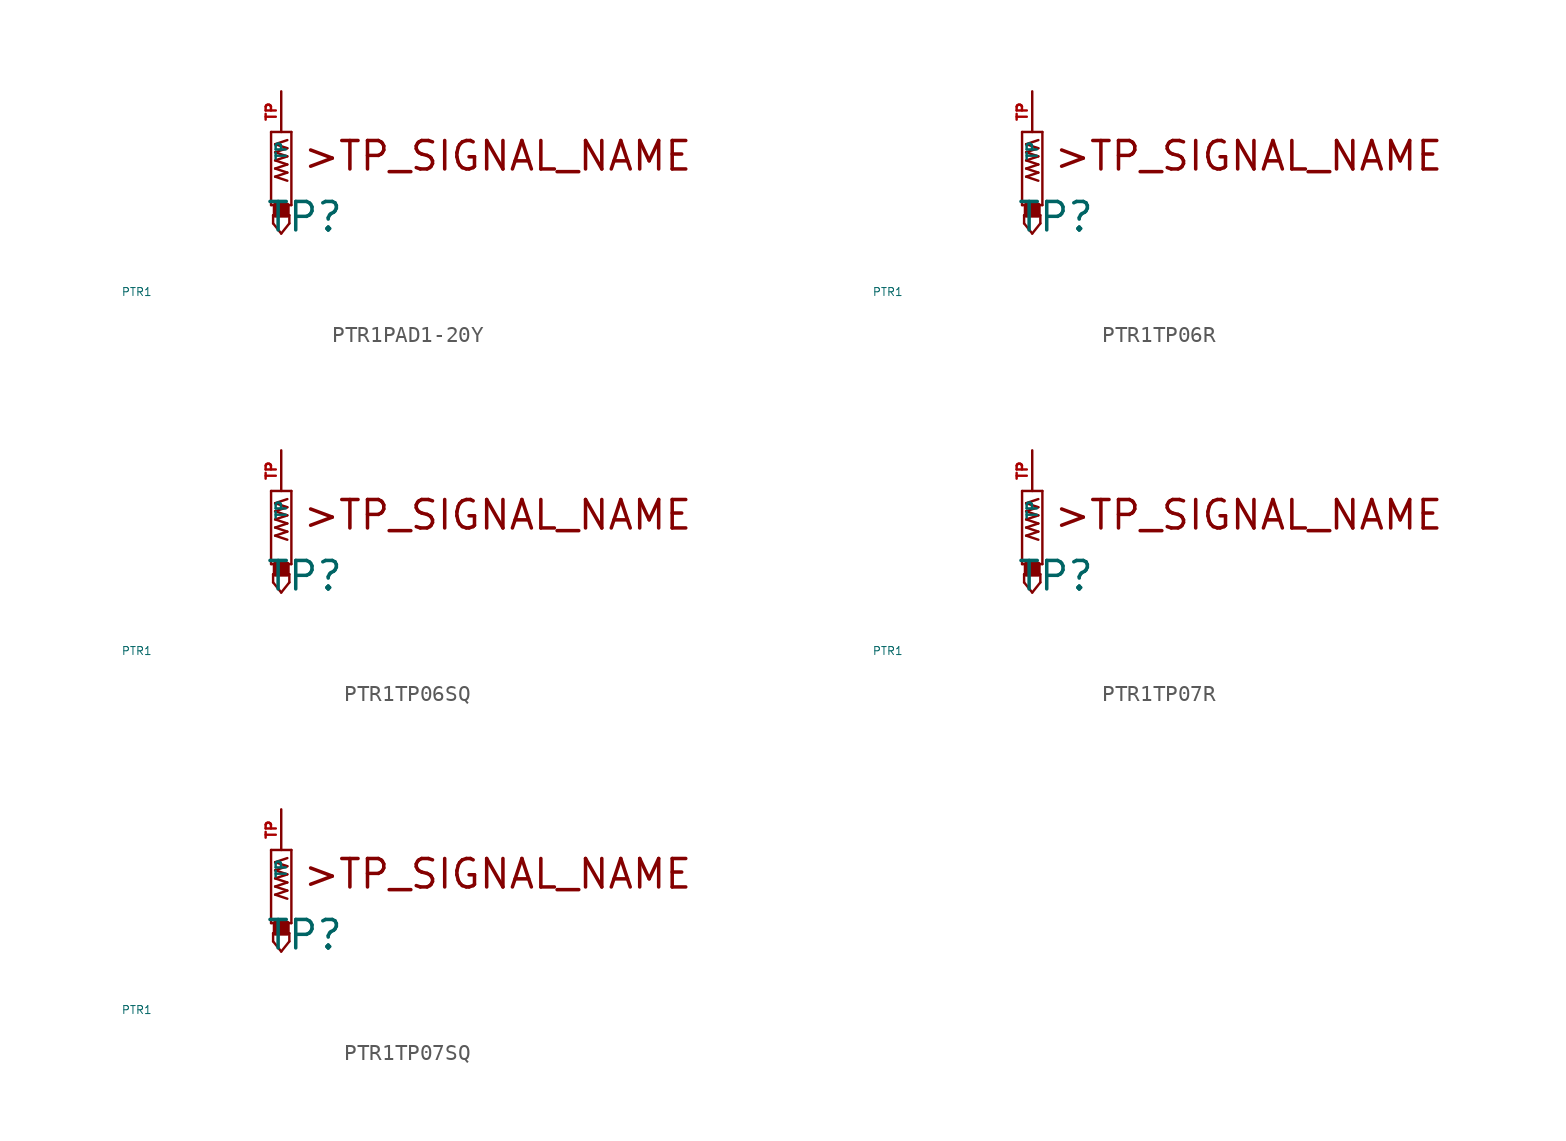
<source format=kicad_sym>
(kicad_symbol_lib
  (version 20220914)
  (generator Eagle2Kicad)
  (symbol "PTR1PAD1-20Y"
    (property "Reference" "TP"
      (at -1.016 -6.35 0)
      (effects (font (size 1.778 1.778) (thickness 0.22)) (justify left bottom)))
    (property "Value" "PTR1"
      (at -10 -10 0)
      (effects (font (size 0.5 0.5) (thickness 0.06)) (justify left)))
    (polyline
      (pts (xy 0.635 -4.572) (xy -0.635 -4.572))
      (stroke (width 0.152) (type default))
      (fill (type none)))
    (polyline
      (pts (xy 0.635 -4.572) (xy 0.635 0))
      (stroke (width 0.152) (type default))
      (fill (type none)))
    (polyline
      (pts (xy 0.635 0) (xy -0.635 0))
      (stroke (width 0.152) (type default))
      (fill (type none)))
    (polyline
      (pts (xy -0.635 0) (xy -0.635 -4.572))
      (stroke (width 0.152) (type default))
      (fill (type none)))
    (polyline
      (pts (xy 0.381 -3.048) (xy -0.381 -2.794))
      (stroke (width 0.152) (type default))
      (fill (type none)))
    (polyline
      (pts (xy -0.381 -2.794) (xy 0.381 -2.54))
      (stroke (width 0.152) (type default))
      (fill (type none)))
    (polyline
      (pts (xy 0.381 -2.54) (xy -0.381 -2.286))
      (stroke (width 0.152) (type default))
      (fill (type none)))
    (polyline
      (pts (xy -0.381 -2.286) (xy 0.381 -2.032))
      (stroke (width 0.152) (type default))
      (fill (type none)))
    (polyline
      (pts (xy 0.381 -2.032) (xy -0.381 -1.778))
      (stroke (width 0.152) (type default))
      (fill (type none)))
    (polyline
      (pts (xy -0.381 -1.778) (xy 0.381 -1.524))
      (stroke (width 0.152) (type default))
      (fill (type none)))
    (polyline
      (pts (xy 0.381 -1.524) (xy -0.381 -1.27))
      (stroke (width 0.152) (type default))
      (fill (type none)))
    (polyline
      (pts (xy -0.381 -1.27) (xy 0.381 -1.016))
      (stroke (width 0.152) (type default))
      (fill (type none)))
    (polyline
      (pts (xy 0.381 -1.016) (xy -0.381 -0.762))
      (stroke (width 0.152) (type default))
      (fill (type none)))
    (polyline
      (pts (xy -0.381 -0.762) (xy 0.381 -0.508))
      (stroke (width 0.152) (type default))
      (fill (type none)))
    (polyline
      (pts (xy 0.508 -5.207) (xy -0.508 -5.207))
      (stroke (width 0.152) (type default))
      (fill (type none)))
    (polyline
      (pts (xy -0.508 -5.207) (xy -0.508 -5.715))
      (stroke (width 0.152) (type default))
      (fill (type none)))
    (polyline
      (pts (xy -0.508 -5.715) (xy 0 -6.35))
      (stroke (width 0.152) (type default))
      (fill (type none)))
    (polyline
      (pts (xy 0 -6.35) (xy 0.508 -5.715))
      (stroke (width 0.152) (type default))
      (fill (type none)))
    (polyline
      (pts (xy 0.508 -5.715) (xy 0.508 -5.207))
      (stroke (width 0.152) (type default))
      (fill (type none)))
    (text ">TP_SIGNAL_NAME"
      (at 1.27 -2.54 0)
      (effects (font (size 1.778 1.778) (thickness 0.22)) (justify left bottom)))
    (rectangle
      (start -0.381 -5.207)
      (end 0.381 -4.572)
      (stroke (width 0.3) (type default))
      (fill (type outline)))
    (pin input line
      (at 0 2.54 270)
      (length 2.54)
      (name "TP" (effects (font (size 0.635 0.635) (thickness 0.08)) (justify left bottom)))
      (number "TP" (effects (font (size 0.635 0.635) (thickness 0.08)) (justify left bottom)))))
  (symbol "PTR1TP06R"
    (property "Reference" "TP"
      (at -1.016 -6.35 0)
      (effects (font (size 1.778 1.778) (thickness 0.22)) (justify left bottom)))
    (property "Value" "PTR1"
      (at -10 -10 0)
      (effects (font (size 0.5 0.5) (thickness 0.06)) (justify left)))
    (polyline
      (pts (xy 0.635 -4.572) (xy -0.635 -4.572))
      (stroke (width 0.152) (type default))
      (fill (type none)))
    (polyline
      (pts (xy 0.635 -4.572) (xy 0.635 0))
      (stroke (width 0.152) (type default))
      (fill (type none)))
    (polyline
      (pts (xy 0.635 0) (xy -0.635 0))
      (stroke (width 0.152) (type default))
      (fill (type none)))
    (polyline
      (pts (xy -0.635 0) (xy -0.635 -4.572))
      (stroke (width 0.152) (type default))
      (fill (type none)))
    (polyline
      (pts (xy 0.381 -3.048) (xy -0.381 -2.794))
      (stroke (width 0.152) (type default))
      (fill (type none)))
    (polyline
      (pts (xy -0.381 -2.794) (xy 0.381 -2.54))
      (stroke (width 0.152) (type default))
      (fill (type none)))
    (polyline
      (pts (xy 0.381 -2.54) (xy -0.381 -2.286))
      (stroke (width 0.152) (type default))
      (fill (type none)))
    (polyline
      (pts (xy -0.381 -2.286) (xy 0.381 -2.032))
      (stroke (width 0.152) (type default))
      (fill (type none)))
    (polyline
      (pts (xy 0.381 -2.032) (xy -0.381 -1.778))
      (stroke (width 0.152) (type default))
      (fill (type none)))
    (polyline
      (pts (xy -0.381 -1.778) (xy 0.381 -1.524))
      (stroke (width 0.152) (type default))
      (fill (type none)))
    (polyline
      (pts (xy 0.381 -1.524) (xy -0.381 -1.27))
      (stroke (width 0.152) (type default))
      (fill (type none)))
    (polyline
      (pts (xy -0.381 -1.27) (xy 0.381 -1.016))
      (stroke (width 0.152) (type default))
      (fill (type none)))
    (polyline
      (pts (xy 0.381 -1.016) (xy -0.381 -0.762))
      (stroke (width 0.152) (type default))
      (fill (type none)))
    (polyline
      (pts (xy -0.381 -0.762) (xy 0.381 -0.508))
      (stroke (width 0.152) (type default))
      (fill (type none)))
    (polyline
      (pts (xy 0.508 -5.207) (xy -0.508 -5.207))
      (stroke (width 0.152) (type default))
      (fill (type none)))
    (polyline
      (pts (xy -0.508 -5.207) (xy -0.508 -5.715))
      (stroke (width 0.152) (type default))
      (fill (type none)))
    (polyline
      (pts (xy -0.508 -5.715) (xy 0 -6.35))
      (stroke (width 0.152) (type default))
      (fill (type none)))
    (polyline
      (pts (xy 0 -6.35) (xy 0.508 -5.715))
      (stroke (width 0.152) (type default))
      (fill (type none)))
    (polyline
      (pts (xy 0.508 -5.715) (xy 0.508 -5.207))
      (stroke (width 0.152) (type default))
      (fill (type none)))
    (text ">TP_SIGNAL_NAME"
      (at 1.27 -2.54 0)
      (effects (font (size 1.778 1.778) (thickness 0.22)) (justify left bottom)))
    (rectangle
      (start -0.381 -5.207)
      (end 0.381 -4.572)
      (stroke (width 0.3) (type default))
      (fill (type outline)))
    (pin input line
      (at 0 2.54 270)
      (length 2.54)
      (name "TP" (effects (font (size 0.635 0.635) (thickness 0.08)) (justify left bottom)))
      (number "TP" (effects (font (size 0.635 0.635) (thickness 0.08)) (justify left bottom)))))
  (symbol "PTR1TP06SQ"
    (property "Reference" "TP"
      (at -1.016 -6.35 0)
      (effects (font (size 1.778 1.778) (thickness 0.22)) (justify left bottom)))
    (property "Value" "PTR1"
      (at -10 -10 0)
      (effects (font (size 0.5 0.5) (thickness 0.06)) (justify left)))
    (polyline
      (pts (xy 0.635 -4.572) (xy -0.635 -4.572))
      (stroke (width 0.152) (type default))
      (fill (type none)))
    (polyline
      (pts (xy 0.635 -4.572) (xy 0.635 0))
      (stroke (width 0.152) (type default))
      (fill (type none)))
    (polyline
      (pts (xy 0.635 0) (xy -0.635 0))
      (stroke (width 0.152) (type default))
      (fill (type none)))
    (polyline
      (pts (xy -0.635 0) (xy -0.635 -4.572))
      (stroke (width 0.152) (type default))
      (fill (type none)))
    (polyline
      (pts (xy 0.381 -3.048) (xy -0.381 -2.794))
      (stroke (width 0.152) (type default))
      (fill (type none)))
    (polyline
      (pts (xy -0.381 -2.794) (xy 0.381 -2.54))
      (stroke (width 0.152) (type default))
      (fill (type none)))
    (polyline
      (pts (xy 0.381 -2.54) (xy -0.381 -2.286))
      (stroke (width 0.152) (type default))
      (fill (type none)))
    (polyline
      (pts (xy -0.381 -2.286) (xy 0.381 -2.032))
      (stroke (width 0.152) (type default))
      (fill (type none)))
    (polyline
      (pts (xy 0.381 -2.032) (xy -0.381 -1.778))
      (stroke (width 0.152) (type default))
      (fill (type none)))
    (polyline
      (pts (xy -0.381 -1.778) (xy 0.381 -1.524))
      (stroke (width 0.152) (type default))
      (fill (type none)))
    (polyline
      (pts (xy 0.381 -1.524) (xy -0.381 -1.27))
      (stroke (width 0.152) (type default))
      (fill (type none)))
    (polyline
      (pts (xy -0.381 -1.27) (xy 0.381 -1.016))
      (stroke (width 0.152) (type default))
      (fill (type none)))
    (polyline
      (pts (xy 0.381 -1.016) (xy -0.381 -0.762))
      (stroke (width 0.152) (type default))
      (fill (type none)))
    (polyline
      (pts (xy -0.381 -0.762) (xy 0.381 -0.508))
      (stroke (width 0.152) (type default))
      (fill (type none)))
    (polyline
      (pts (xy 0.508 -5.207) (xy -0.508 -5.207))
      (stroke (width 0.152) (type default))
      (fill (type none)))
    (polyline
      (pts (xy -0.508 -5.207) (xy -0.508 -5.715))
      (stroke (width 0.152) (type default))
      (fill (type none)))
    (polyline
      (pts (xy -0.508 -5.715) (xy 0 -6.35))
      (stroke (width 0.152) (type default))
      (fill (type none)))
    (polyline
      (pts (xy 0 -6.35) (xy 0.508 -5.715))
      (stroke (width 0.152) (type default))
      (fill (type none)))
    (polyline
      (pts (xy 0.508 -5.715) (xy 0.508 -5.207))
      (stroke (width 0.152) (type default))
      (fill (type none)))
    (text ">TP_SIGNAL_NAME"
      (at 1.27 -2.54 0)
      (effects (font (size 1.778 1.778) (thickness 0.22)) (justify left bottom)))
    (rectangle
      (start -0.381 -5.207)
      (end 0.381 -4.572)
      (stroke (width 0.3) (type default))
      (fill (type outline)))
    (pin input line
      (at 0 2.54 270)
      (length 2.54)
      (name "TP" (effects (font (size 0.635 0.635) (thickness 0.08)) (justify left bottom)))
      (number "TP" (effects (font (size 0.635 0.635) (thickness 0.08)) (justify left bottom)))))
  (symbol "PTR1TP07R"
    (property "Reference" "TP"
      (at -1.016 -6.35 0)
      (effects (font (size 1.778 1.778) (thickness 0.22)) (justify left bottom)))
    (property "Value" "PTR1"
      (at -10 -10 0)
      (effects (font (size 0.5 0.5) (thickness 0.06)) (justify left)))
    (polyline
      (pts (xy 0.635 -4.572) (xy -0.635 -4.572))
      (stroke (width 0.152) (type default))
      (fill (type none)))
    (polyline
      (pts (xy 0.635 -4.572) (xy 0.635 0))
      (stroke (width 0.152) (type default))
      (fill (type none)))
    (polyline
      (pts (xy 0.635 0) (xy -0.635 0))
      (stroke (width 0.152) (type default))
      (fill (type none)))
    (polyline
      (pts (xy -0.635 0) (xy -0.635 -4.572))
      (stroke (width 0.152) (type default))
      (fill (type none)))
    (polyline
      (pts (xy 0.381 -3.048) (xy -0.381 -2.794))
      (stroke (width 0.152) (type default))
      (fill (type none)))
    (polyline
      (pts (xy -0.381 -2.794) (xy 0.381 -2.54))
      (stroke (width 0.152) (type default))
      (fill (type none)))
    (polyline
      (pts (xy 0.381 -2.54) (xy -0.381 -2.286))
      (stroke (width 0.152) (type default))
      (fill (type none)))
    (polyline
      (pts (xy -0.381 -2.286) (xy 0.381 -2.032))
      (stroke (width 0.152) (type default))
      (fill (type none)))
    (polyline
      (pts (xy 0.381 -2.032) (xy -0.381 -1.778))
      (stroke (width 0.152) (type default))
      (fill (type none)))
    (polyline
      (pts (xy -0.381 -1.778) (xy 0.381 -1.524))
      (stroke (width 0.152) (type default))
      (fill (type none)))
    (polyline
      (pts (xy 0.381 -1.524) (xy -0.381 -1.27))
      (stroke (width 0.152) (type default))
      (fill (type none)))
    (polyline
      (pts (xy -0.381 -1.27) (xy 0.381 -1.016))
      (stroke (width 0.152) (type default))
      (fill (type none)))
    (polyline
      (pts (xy 0.381 -1.016) (xy -0.381 -0.762))
      (stroke (width 0.152) (type default))
      (fill (type none)))
    (polyline
      (pts (xy -0.381 -0.762) (xy 0.381 -0.508))
      (stroke (width 0.152) (type default))
      (fill (type none)))
    (polyline
      (pts (xy 0.508 -5.207) (xy -0.508 -5.207))
      (stroke (width 0.152) (type default))
      (fill (type none)))
    (polyline
      (pts (xy -0.508 -5.207) (xy -0.508 -5.715))
      (stroke (width 0.152) (type default))
      (fill (type none)))
    (polyline
      (pts (xy -0.508 -5.715) (xy 0 -6.35))
      (stroke (width 0.152) (type default))
      (fill (type none)))
    (polyline
      (pts (xy 0 -6.35) (xy 0.508 -5.715))
      (stroke (width 0.152) (type default))
      (fill (type none)))
    (polyline
      (pts (xy 0.508 -5.715) (xy 0.508 -5.207))
      (stroke (width 0.152) (type default))
      (fill (type none)))
    (text ">TP_SIGNAL_NAME"
      (at 1.27 -2.54 0)
      (effects (font (size 1.778 1.778) (thickness 0.22)) (justify left bottom)))
    (rectangle
      (start -0.381 -5.207)
      (end 0.381 -4.572)
      (stroke (width 0.3) (type default))
      (fill (type outline)))
    (pin input line
      (at 0 2.54 270)
      (length 2.54)
      (name "TP" (effects (font (size 0.635 0.635) (thickness 0.08)) (justify left bottom)))
      (number "TP" (effects (font (size 0.635 0.635) (thickness 0.08)) (justify left bottom)))))
  (symbol "PTR1TP07SQ"
    (property "Reference" "TP"
      (at -1.016 -6.35 0)
      (effects (font (size 1.778 1.778) (thickness 0.22)) (justify left bottom)))
    (property "Value" "PTR1"
      (at -10 -10 0)
      (effects (font (size 0.5 0.5) (thickness 0.06)) (justify left)))
    (polyline
      (pts (xy 0.635 -4.572) (xy -0.635 -4.572))
      (stroke (width 0.152) (type default))
      (fill (type none)))
    (polyline
      (pts (xy 0.635 -4.572) (xy 0.635 0))
      (stroke (width 0.152) (type default))
      (fill (type none)))
    (polyline
      (pts (xy 0.635 0) (xy -0.635 0))
      (stroke (width 0.152) (type default))
      (fill (type none)))
    (polyline
      (pts (xy -0.635 0) (xy -0.635 -4.572))
      (stroke (width 0.152) (type default))
      (fill (type none)))
    (polyline
      (pts (xy 0.381 -3.048) (xy -0.381 -2.794))
      (stroke (width 0.152) (type default))
      (fill (type none)))
    (polyline
      (pts (xy -0.381 -2.794) (xy 0.381 -2.54))
      (stroke (width 0.152) (type default))
      (fill (type none)))
    (polyline
      (pts (xy 0.381 -2.54) (xy -0.381 -2.286))
      (stroke (width 0.152) (type default))
      (fill (type none)))
    (polyline
      (pts (xy -0.381 -2.286) (xy 0.381 -2.032))
      (stroke (width 0.152) (type default))
      (fill (type none)))
    (polyline
      (pts (xy 0.381 -2.032) (xy -0.381 -1.778))
      (stroke (width 0.152) (type default))
      (fill (type none)))
    (polyline
      (pts (xy -0.381 -1.778) (xy 0.381 -1.524))
      (stroke (width 0.152) (type default))
      (fill (type none)))
    (polyline
      (pts (xy 0.381 -1.524) (xy -0.381 -1.27))
      (stroke (width 0.152) (type default))
      (fill (type none)))
    (polyline
      (pts (xy -0.381 -1.27) (xy 0.381 -1.016))
      (stroke (width 0.152) (type default))
      (fill (type none)))
    (polyline
      (pts (xy 0.381 -1.016) (xy -0.381 -0.762))
      (stroke (width 0.152) (type default))
      (fill (type none)))
    (polyline
      (pts (xy -0.381 -0.762) (xy 0.381 -0.508))
      (stroke (width 0.152) (type default))
      (fill (type none)))
    (polyline
      (pts (xy 0.508 -5.207) (xy -0.508 -5.207))
      (stroke (width 0.152) (type default))
      (fill (type none)))
    (polyline
      (pts (xy -0.508 -5.207) (xy -0.508 -5.715))
      (stroke (width 0.152) (type default))
      (fill (type none)))
    (polyline
      (pts (xy -0.508 -5.715) (xy 0 -6.35))
      (stroke (width 0.152) (type default))
      (fill (type none)))
    (polyline
      (pts (xy 0 -6.35) (xy 0.508 -5.715))
      (stroke (width 0.152) (type default))
      (fill (type none)))
    (polyline
      (pts (xy 0.508 -5.715) (xy 0.508 -5.207))
      (stroke (width 0.152) (type default))
      (fill (type none)))
    (text ">TP_SIGNAL_NAME"
      (at 1.27 -2.54 0)
      (effects (font (size 1.778 1.778) (thickness 0.22)) (justify left bottom)))
    (rectangle
      (start -0.381 -5.207)
      (end 0.381 -4.572)
      (stroke (width 0.3) (type default))
      (fill (type outline)))
    (pin input line
      (at 0 2.54 270)
      (length 2.54)
      (name "TP" (effects (font (size 0.635 0.635) (thickness 0.08)) (justify left bottom)))
      (number "TP" (effects (font (size 0.635 0.635) (thickness 0.08)) (justify left bottom))))))
</source>
